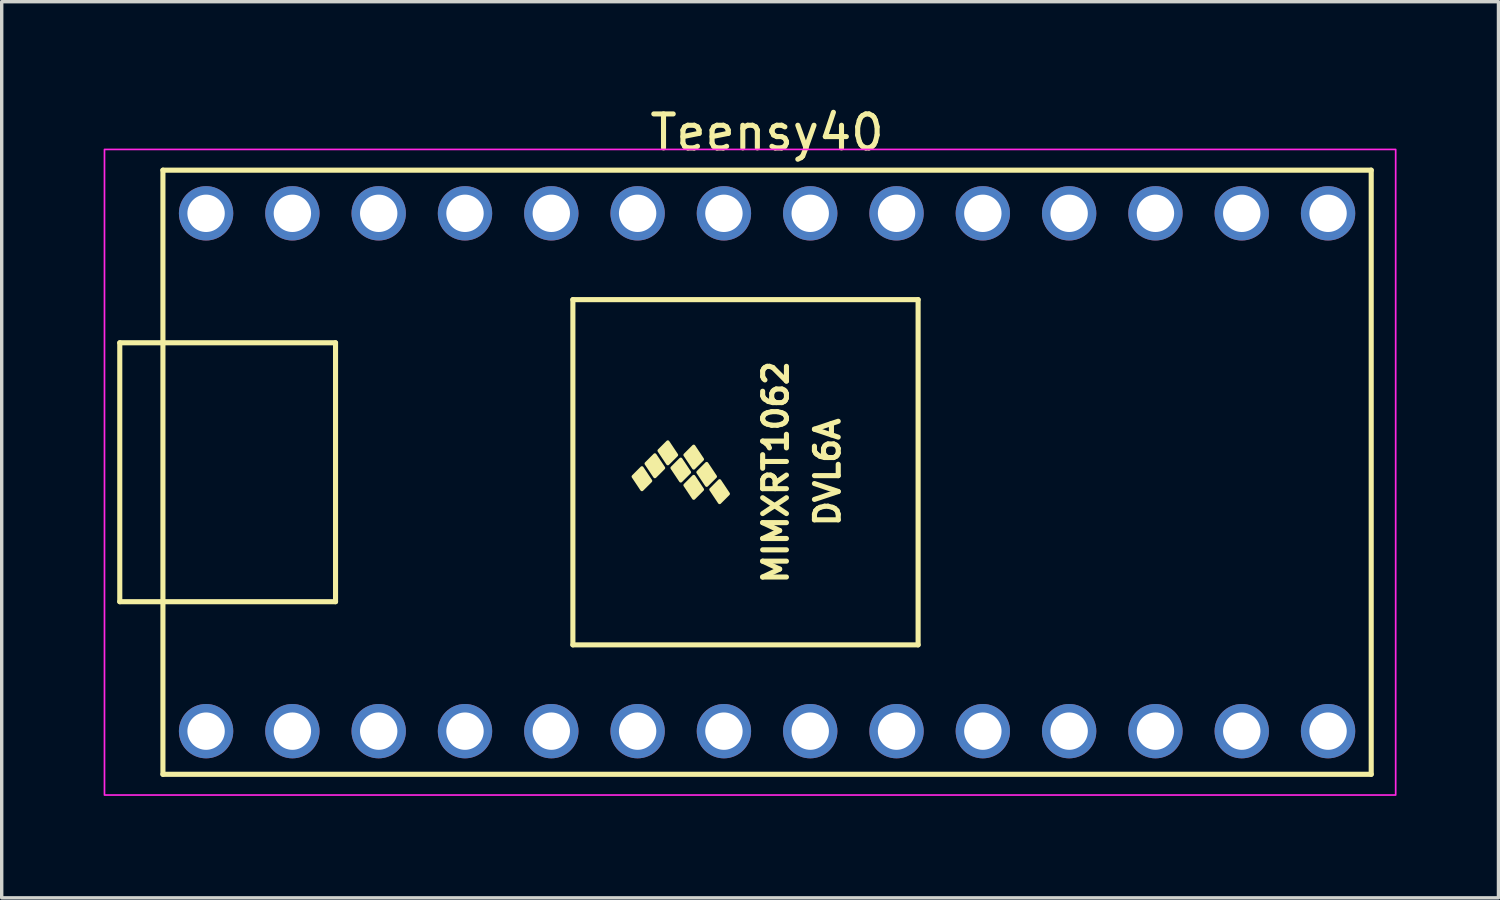
<source format=kicad_pcb>
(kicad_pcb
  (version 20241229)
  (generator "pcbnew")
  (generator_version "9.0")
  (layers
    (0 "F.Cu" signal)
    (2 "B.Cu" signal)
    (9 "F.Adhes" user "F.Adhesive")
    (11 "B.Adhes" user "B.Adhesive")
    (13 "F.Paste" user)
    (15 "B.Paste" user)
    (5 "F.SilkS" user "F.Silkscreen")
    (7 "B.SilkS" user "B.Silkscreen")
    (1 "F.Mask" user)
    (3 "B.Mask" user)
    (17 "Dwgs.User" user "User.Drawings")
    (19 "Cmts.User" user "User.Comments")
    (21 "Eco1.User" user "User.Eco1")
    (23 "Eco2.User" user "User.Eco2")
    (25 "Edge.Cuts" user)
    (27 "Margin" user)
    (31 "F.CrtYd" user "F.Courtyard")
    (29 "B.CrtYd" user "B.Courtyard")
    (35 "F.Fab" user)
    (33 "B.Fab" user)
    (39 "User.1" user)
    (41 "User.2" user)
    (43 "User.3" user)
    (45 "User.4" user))
  (footprint "Teensy40"
    (layer "F.Cu")
    (at 19.525 10.848)
    (property "Reference" "Teensy40" (at 0 -10 0) (layer "F.SilkS") (effects (font (size 1 1) (thickness 0.15))))
    (attr through_hole)
    (fp_line (start -19.05 -3.81) (end -17.78 -3.81) (stroke (width 0.15) (type solid)) (layer "F.SilkS"))
    (fp_line (start -19.05 3.81) (end -19.05 -3.81) (stroke (width 0.15) (type solid)) (layer "F.SilkS"))
    (fp_line (start -17.78 -8.89) (end 17.78 -8.89) (stroke (width 0.15) (type solid)) (layer "F.SilkS"))
    (fp_line (start -17.78 3.81) (end -19.05 3.81) (stroke (width 0.15) (type solid)) (layer "F.SilkS"))
    (fp_line (start -17.78 8.89) (end -17.78 -8.89) (stroke (width 0.15) (type solid)) (layer "F.SilkS"))
    (fp_line (start -12.7 -3.81) (end -17.78 -3.81) (stroke (width 0.15) (type solid)) (layer "F.SilkS"))
    (fp_line (start -12.7 3.81) (end -17.78 3.81) (stroke (width 0.15) (type solid)) (layer "F.SilkS"))
    (fp_line (start -12.7 3.81) (end -12.7 -3.81) (stroke (width 0.15) (type solid)) (layer "F.SilkS"))
    (fp_line (start -5.715 -5.08) (end -5.715 5.08) (stroke (width 0.15) (type solid)) (layer "F.SilkS"))
    (fp_line (start 4.445 -5.08) (end -5.715 -5.08) (stroke (width 0.15) (type solid)) (layer "F.SilkS"))
    (fp_line (start 4.445 5.08) (end -5.715 5.08) (stroke (width 0.15) (type solid)) (layer "F.SilkS"))
    (fp_line (start 4.445 5.08) (end 4.445 -5.08) (stroke (width 0.15) (type solid)) (layer "F.SilkS"))
    (fp_line (start 17.78 -8.89) (end 17.78 8.89) (stroke (width 0.15) (type solid)) (layer "F.SilkS"))
    (fp_line (start 17.78 8.89) (end -17.78 8.89) (stroke (width 0.15) (type solid)) (layer "F.SilkS"))
    (fp_poly (pts (xy -3.937 0.127) (xy -3.683 -0.127) (xy -3.429 0.254) (xy -3.683 0.508)) (stroke (width 0.1) (type solid)) (fill yes) (layer "F.SilkS"))
    (fp_poly (pts (xy -3.556 -0.254) (xy -3.302 -0.508) (xy -3.048 -0.127) (xy -3.302 0.127)) (stroke (width 0.1) (type solid)) (fill yes) (layer "F.SilkS"))
    (fp_poly (pts (xy -3.175 -0.635) (xy -2.921 -0.889) (xy -2.667 -0.508) (xy -2.921 -0.254)) (stroke (width 0.1) (type solid)) (fill yes) (layer "F.SilkS"))
    (fp_poly (pts (xy -2.794 -0.127) (xy -2.54 -0.381) (xy -2.286 0) (xy -2.54 0.254)) (stroke (width 0.1) (type solid)) (fill yes) (layer "F.SilkS"))
    (fp_poly (pts (xy -2.413 -0.508) (xy -2.159 -0.762) (xy -1.905 -0.381) (xy -2.159 -0.127)) (stroke (width 0.1) (type solid)) (fill yes) (layer "F.SilkS"))
    (fp_poly (pts (xy -2.413 0.381) (xy -2.159 0.127) (xy -1.905 0.508) (xy -2.159 0.762)) (stroke (width 0.1) (type solid)) (fill yes) (layer "F.SilkS"))
    (fp_poly (pts (xy -2.032 0) (xy -1.778 -0.254) (xy -1.524 0.127) (xy -1.778 0.381)) (stroke (width 0.1) (type solid)) (fill yes) (layer "F.SilkS"))
    (fp_poly (pts (xy -1.651 0.508) (xy -1.397 0.254) (xy -1.143 0.635) (xy -1.397 0.889)) (stroke (width 0.1) (type solid)) (fill yes) (layer "F.SilkS"))
    (fp_rect (start -19.5 -9.5) (end 18.5 9.5) (stroke (width 0.05) (type default)) (fill no) (layer "F.CrtYd"))
    (fp_text user "MIMXRT1062" (at 0.254 0 90) (layer "F.SilkS") (effects (font (size 0.7 0.7) (thickness 0.15))))
    (fp_text user "DVL6A" (at 1.778 0 90) (layer "F.SilkS") (effects (font (size 0.7 0.7) (thickness 0.15))))
    (pad "1" thru_hole circle (at -16.51 7.62) (size 1.6 1.6) (drill 1.1) (layers "*.Cu" "*.Mask"))
    (pad "2" thru_hole circle (at -13.97 7.62) (size 1.6 1.6) (drill 1.1) (layers "*.Cu" "*.Mask"))
    (pad "3" thru_hole circle (at -11.43 7.62) (size 1.6 1.6) (drill 1.1) (layers "*.Cu" "*.Mask"))
    (pad "4" thru_hole circle (at -8.89 7.62) (size 1.6 1.6) (drill 1.1) (layers "*.Cu" "*.Mask"))
    (pad "5" thru_hole circle (at -6.35 7.62) (size 1.6 1.6) (drill 1.1) (layers "*.Cu" "*.Mask"))
    (pad "6" thru_hole circle (at -3.81 7.62) (size 1.6 1.6) (drill 1.1) (layers "*.Cu" "*.Mask"))
    (pad "7" thru_hole circle (at -1.27 7.62) (size 1.6 1.6) (drill 1.1) (layers "*.Cu" "*.Mask"))
    (pad "8" thru_hole circle (at 1.27 7.62) (size 1.6 1.6) (drill 1.1) (layers "*.Cu" "*.Mask"))
    (pad "9" thru_hole circle (at 3.81 7.62) (size 1.6 1.6) (drill 1.1) (layers "*.Cu" "*.Mask"))
    (pad "10" thru_hole circle (at 6.35 7.62) (size 1.6 1.6) (drill 1.1) (layers "*.Cu" "*.Mask"))
    (pad "11" thru_hole circle (at 8.89 7.62) (size 1.6 1.6) (drill 1.1) (layers "*.Cu" "*.Mask"))
    (pad "12" thru_hole circle (at 11.43 7.62) (size 1.6 1.6) (drill 1.1) (layers "*.Cu" "*.Mask"))
    (pad "13" thru_hole circle (at 13.97 7.62) (size 1.6 1.6) (drill 1.1) (layers "*.Cu" "*.Mask"))
    (pad "14" thru_hole circle (at 16.51 7.62) (size 1.6 1.6) (drill 1.1) (layers "*.Cu" "*.Mask"))
    (pad "20" thru_hole circle (at 16.51 -7.62) (size 1.6 1.6) (drill 1.1) (layers "*.Cu" "*.Mask"))
    (pad "21" thru_hole circle (at 13.97 -7.62) (size 1.6 1.6) (drill 1.1) (layers "*.Cu" "*.Mask"))
    (pad "22" thru_hole circle (at 11.43 -7.62) (size 1.6 1.6) (drill 1.1) (layers "*.Cu" "*.Mask"))
    (pad "23" thru_hole circle (at 8.89 -7.62) (size 1.6 1.6) (drill 1.1) (layers "*.Cu" "*.Mask"))
    (pad "24" thru_hole circle (at 6.35 -7.62) (size 1.6 1.6) (drill 1.1) (layers "*.Cu" "*.Mask"))
    (pad "25" thru_hole circle (at 3.81 -7.62) (size 1.6 1.6) (drill 1.1) (layers "*.Cu" "*.Mask"))
    (pad "26" thru_hole circle (at 1.27 -7.62) (size 1.6 1.6) (drill 1.1) (layers "*.Cu" "*.Mask"))
    (pad "27" thru_hole circle (at -1.27 -7.62) (size 1.6 1.6) (drill 1.1) (layers "*.Cu" "*.Mask"))
    (pad "28" thru_hole circle (at -3.81 -7.62) (size 1.6 1.6) (drill 1.1) (layers "*.Cu" "*.Mask"))
    (pad "29" thru_hole circle (at -6.35 -7.62) (size 1.6 1.6) (drill 1.1) (layers "*.Cu" "*.Mask"))
    (pad "30" thru_hole circle (at -8.89 -7.62) (size 1.6 1.6) (drill 1.1) (layers "*.Cu" "*.Mask"))
    (pad "31" thru_hole circle (at -11.43 -7.62) (size 1.6 1.6) (drill 1.1) (layers "*.Cu" "*.Mask"))
    (pad "32" thru_hole circle (at -13.97 -7.62) (size 1.6 1.6) (drill 1.1) (layers "*.Cu" "*.Mask"))
    (pad "33" thru_hole circle (at -16.51 -7.62) (size 1.6 1.6) (drill 1.1) (layers "*.Cu" "*.Mask")))
  (gr_rect
    (start -3 -3)
    (end 41.05 23.373)
    (stroke (width 0.1) (type default))
    (fill no)
    (layer "Edge.Cuts")))
</source>
